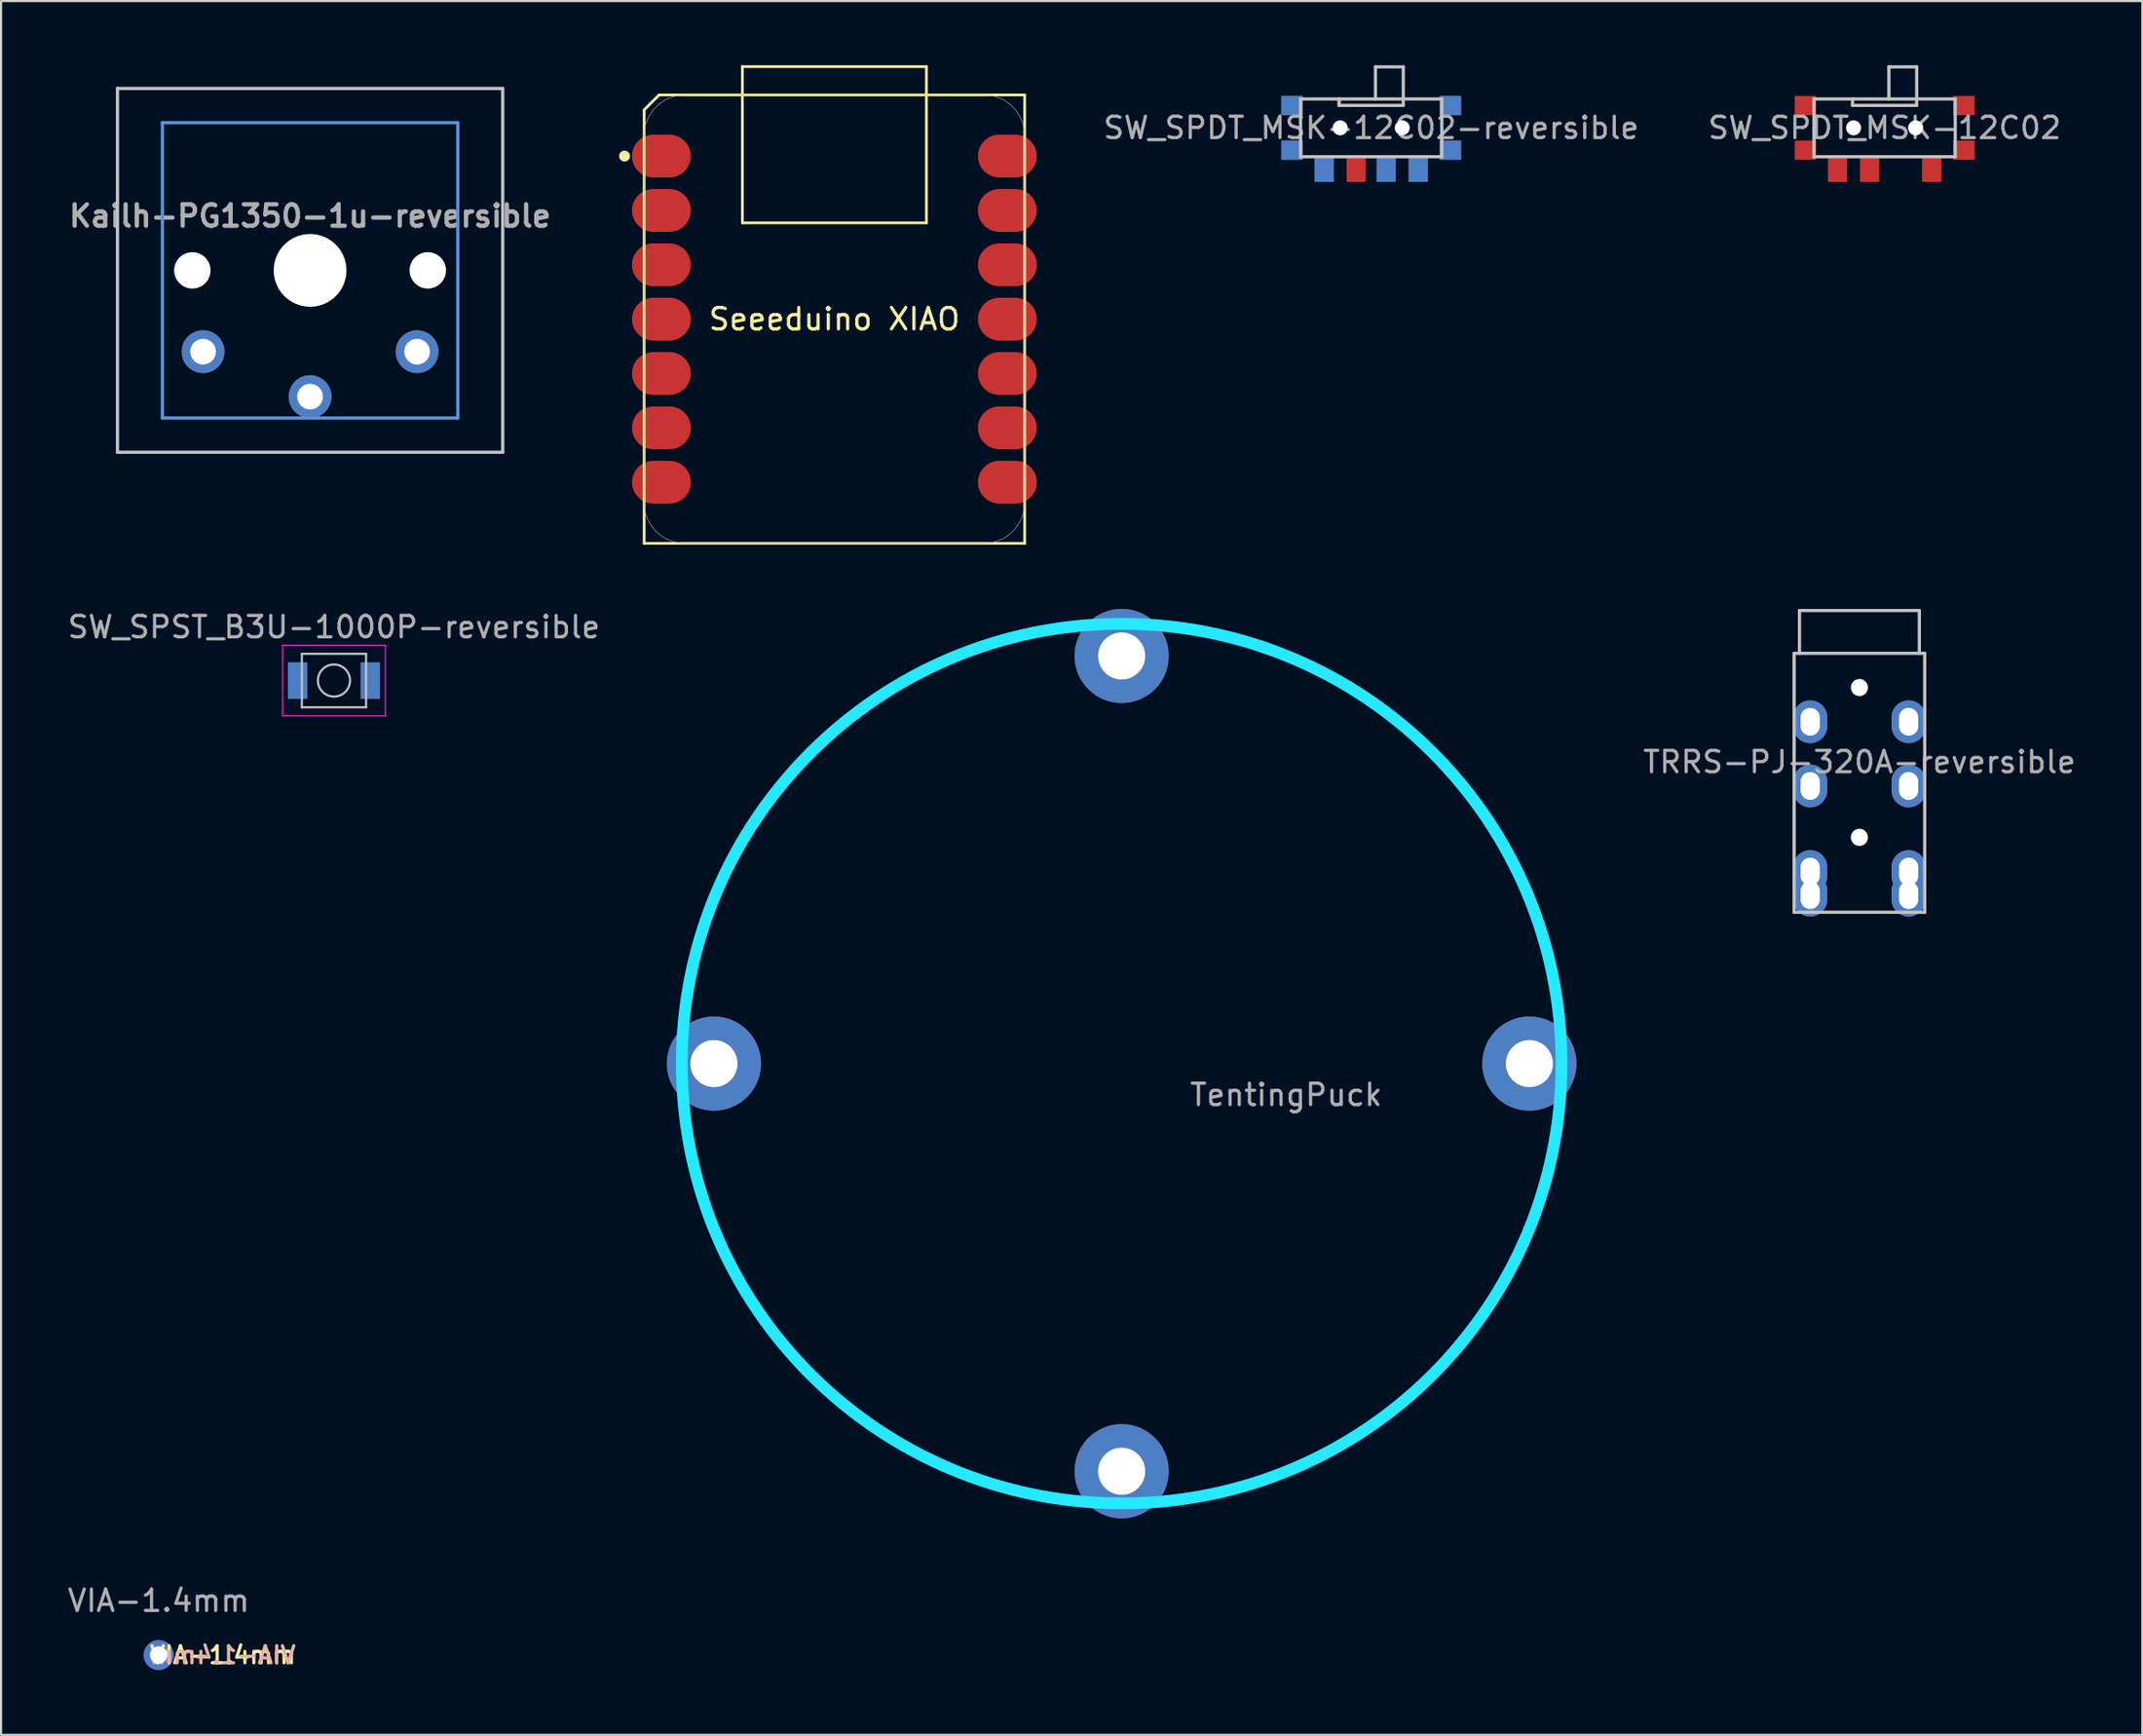
<source format=kicad_pcb>
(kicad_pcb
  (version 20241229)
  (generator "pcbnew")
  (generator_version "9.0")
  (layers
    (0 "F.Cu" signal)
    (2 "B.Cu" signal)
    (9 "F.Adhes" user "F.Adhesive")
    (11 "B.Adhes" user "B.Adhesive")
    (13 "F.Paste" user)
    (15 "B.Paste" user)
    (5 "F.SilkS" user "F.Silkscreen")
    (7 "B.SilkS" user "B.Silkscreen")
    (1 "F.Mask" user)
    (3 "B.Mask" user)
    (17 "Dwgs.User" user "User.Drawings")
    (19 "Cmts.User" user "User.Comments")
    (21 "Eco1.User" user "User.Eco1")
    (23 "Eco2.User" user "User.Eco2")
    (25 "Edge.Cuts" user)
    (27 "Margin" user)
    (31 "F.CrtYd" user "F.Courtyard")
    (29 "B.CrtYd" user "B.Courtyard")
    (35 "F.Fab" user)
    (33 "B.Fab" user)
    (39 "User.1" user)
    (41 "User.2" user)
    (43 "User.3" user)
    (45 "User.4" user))
  (footprint "VIA-1.4mm"
    (layer "F.Cu")
    (at 4.363 74.293)
    (property "Reference" "VIA-1.4mm" (at 0 -2.54 0) (layer "F.Fab") (effects (font (size 1 1) (thickness 0.15))))
    (attr through_hole)
    (fp_text user "${REFERENCE}" (at 3 0 0) (unlocked yes) (layer "F.SilkS") (effects (font (size 0.8 0.8) (thickness 0.15))))
    (fp_text user "${REFERENCE}" (at 3 0 0) (unlocked yes) (layer "B.SilkS") (effects (font (size 0.8 0.8) (thickness 0.15)) (justify mirror)))
    (pad "1" thru_hole circle (at 0 0) (size 1.397 1.397) (drill 0.813) (layers "*.Cu" "*.Mask")))
  (footprint "SW_SPDT_MSK-12C02-reversible"
    (layer "F.Cu")
    (at 61.016 2.925)
    (property "Reference" "SW_SPDT_MSK-12C02-reversible" (at 0 0 0) (layer "F.Fab") (effects (font (size 1 1) (thickness 0.15))))
    (attr smd)
    (fp_line (start -3.3 -1.35) (end -3.3 1.35) (stroke (width 0.15) (type solid)) (layer "Dwgs.User"))
    (fp_line (start -3.3 -1.35) (end 3.3 -1.35) (stroke (width 0.15) (type solid)) (layer "Dwgs.User"))
    (fp_line (start -3.3 1.35) (end 3.3 1.35) (stroke (width 0.15) (type solid)) (layer "Dwgs.User"))
    (fp_line (start -1.5 -1.05) (end -1.5 -1.35) (stroke (width 0.15) (type solid)) (layer "Dwgs.User"))
    (fp_line (start -1.5 -1.05) (end -1.5 -1.35) (stroke (width 0.15) (type solid)) (layer "Dwgs.User"))
    (fp_line (start 0.2 -2.85) (end 1.5 -2.85) (stroke (width 0.15) (type solid)) (layer "Dwgs.User"))
    (fp_line (start 0.2 -1.35) (end 0.2 -2.85) (stroke (width 0.15) (type solid)) (layer "Dwgs.User"))
    (fp_line (start 1.5 -2.85) (end 1.5 -1.35) (stroke (width 0.15) (type solid)) (layer "Dwgs.User"))
    (fp_line (start 1.5 -1.05) (end -1.5 -1.05) (stroke (width 0.15) (type solid)) (layer "Dwgs.User"))
    (fp_line (start 1.5 -1.05) (end 1.5 -1.35) (stroke (width 0.15) (type solid)) (layer "Dwgs.User"))
    (fp_line (start 3.3 -1.35) (end 3.3 1.35) (stroke (width 0.15) (type solid)) (layer "Dwgs.User"))
    (pad "" smd rect (at -3.7 -1.043) (size 1 0.9) (layers "F.Cu" "F.Mask"))
    (pad "" smd rect (at -3.7 -1.043) (size 1 0.9) (layers "B.Cu" "B.Mask"))
    (pad "" smd rect (at -3.7 1.043) (size 1 0.9) (layers "F.Cu" "F.Mask"))
    (pad "" smd rect (at -3.7 1.043) (size 1 0.9) (layers "B.Cu" "B.Mask"))
    (pad "" np_thru_hole circle (at -1.45 0 270) (size 0.7 0.7) (drill 0.7) (layers "*.Cu" "*.Mask"))
    (pad "" np_thru_hole circle (at 1.45 0 270) (size 0.7 0.7) (drill 0.7) (layers "*.Cu" "*.Mask"))
    (pad "" smd rect (at 3.7 -1.043) (size 1 0.9) (layers "F.Cu" "F.Mask"))
    (pad "" smd rect (at 3.7 -1.043) (size 1 0.9) (layers "B.Cu" "B.Mask"))
    (pad "" smd rect (at 3.7 1.043) (size 1 0.9) (layers "F.Cu" "F.Mask"))
    (pad "" smd rect (at 3.7 1.043) (size 1 0.9) (layers "B.Cu" "B.Mask"))
    (pad "1" smd rect (at -2.2 1.9 270) (size 1.25 0.9) (layers "B.Cu" "B.Mask"))
    (pad "1" smd rect (at 2.2 1.9 90) (size 1.25 0.9) (layers "F.Cu" "F.Mask"))
    (pad "2" smd rect (at -0.7 1.9 90) (size 1.25 0.9) (layers "F.Cu" "F.Mask"))
    (pad "2" smd rect (at 0.7 1.9 270) (size 1.25 0.9) (layers "B.Cu" "B.Mask"))
    (pad "3" smd rect (at -2.2 1.9 90) (size 1.25 0.9) (layers "F.Cu" "F.Mask"))
    (pad "3" smd rect (at 2.2 1.9 270) (size 1.25 0.9) (layers "B.Cu" "B.Mask")))
  (footprint "Kailh-PG1350-1u-reversible"
    (layer "F.Cu")
    (at 11.438 9.585)
    (property "Reference" "Kailh-PG1350-1u-reversible" (at 0 -2.54 180) (layer "F.Fab") (effects (font (size 1 1) (thickness 0.2))))
    (attr through_hole)
    (fp_line (start -9 -8.5) (end 9 -8.5) (stroke (width 0.152) (type solid)) (layer "Dwgs.User"))
    (fp_line (start -9 8.5) (end -9 -8.5) (stroke (width 0.152) (type solid)) (layer "Dwgs.User"))
    (fp_line (start 9 -8.5) (end 9 8.5) (stroke (width 0.152) (type solid)) (layer "Dwgs.User"))
    (fp_line (start 9 8.5) (end -9 8.5) (stroke (width 0.152) (type solid)) (layer "Dwgs.User"))
    (fp_line (start -6.9 -6.9) (end 6.9 -6.9) (stroke (width 0.152) (type solid)) (layer "Cmts.User"))
    (fp_line (start -6.9 6.9) (end -6.9 -6.9) (stroke (width 0.152) (type solid)) (layer "Cmts.User"))
    (fp_line (start 6.9 -6.9) (end 6.9 6.9) (stroke (width 0.152) (type solid)) (layer "Cmts.User"))
    (fp_line (start 6.9 6.9) (end -6.9 6.9) (stroke (width 0.152) (type solid)) (layer "Cmts.User"))
    (fp_line (start -9.525 -9.525) (end -9.525 9.525) (stroke (width 0.12) (type solid)) (layer "Eco1.User"))
    (fp_line (start -9.525 -9.525) (end 9.525 -9.525) (stroke (width 0.12) (type solid)) (layer "Eco1.User"))
    (fp_line (start -9.525 9.525) (end 9.525 9.525) (stroke (width 0.12) (type solid)) (layer "Eco1.User"))
    (fp_line (start 9.525 -9.525) (end 9.525 9.525) (stroke (width 0.12) (type solid)) (layer "Eco1.User"))
    (fp_line (start -7.5 -7.5) (end 7.5 -7.5) (stroke (width 0.152) (type solid)) (layer "Eco2.User"))
    (fp_line (start -7.5 7.5) (end -7.5 -7.5) (stroke (width 0.152) (type solid)) (layer "Eco2.User"))
    (fp_line (start 7.5 -7.5) (end 7.5 7.5) (stroke (width 0.152) (type solid)) (layer "Eco2.User"))
    (fp_line (start 7.5 7.5) (end -7.5 7.5) (stroke (width 0.152) (type solid)) (layer "Eco2.User"))
    (pad "" np_thru_hole circle (at -5.5 0 180) (size 1.7 1.7) (drill 1.7) (layers "*.Cu" "*.Mask"))
    (pad "" np_thru_hole circle (at 0 0 180) (size 3.4 3.4) (drill 3.4) (layers "*.Cu" "*.Mask"))
    (pad "" np_thru_hole circle (at 5.5 0 180) (size 1.7 1.7) (drill 1.7) (layers "*.Cu" "*.Mask"))
    (pad "1" thru_hole circle (at 0 5.9 180) (size 2 2) (drill 1.2) (layers "*.Cu" "*.Mask"))
    (pad "2" thru_hole circle (at -5 3.8 41.9) (size 2 2) (drill 1.2) (layers "*.Cu" "*.Mask"))
    (pad "2" thru_hole circle (at 5 3.8 41.9) (size 2 2) (drill 1.2) (layers "*.Cu" "*.Mask")))
  (footprint "TRRS-PJ-320A-reversible"
    (layer "F.Cu")
    (at 83.827 27.48)
    (property "Reference" "TRRS-PJ-320A-reversible" (at 0 5.08 0) (layer "F.Fab") (effects (font (size 1 1) (thickness 0.15))))
    (attr through_hole)
    (fp_line (start -3.05 0) (end -3.05 12.1) (stroke (width 0.15) (type solid)) (layer "Dwgs.User"))
    (fp_line (start -2.8 0) (end -2.8 -2) (stroke (width 0.15) (type solid)) (layer "Dwgs.User"))
    (fp_line (start 2.8 -2) (end -2.8 -2) (stroke (width 0.15) (type solid)) (layer "Dwgs.User"))
    (fp_line (start 2.8 0) (end 2.8 -2) (stroke (width 0.15) (type solid)) (layer "Dwgs.User"))
    (fp_line (start 3.05 0) (end -3.05 0) (stroke (width 0.15) (type solid)) (layer "Dwgs.User"))
    (fp_line (start 3.05 0) (end 3.05 12.1) (stroke (width 0.15) (type solid)) (layer "Dwgs.User"))
    (fp_line (start 3.05 12.1) (end -3.05 12.1) (stroke (width 0.15) (type solid)) (layer "Dwgs.User"))
    (pad "" np_thru_hole circle (at 0 1.6) (size 0.8 0.8) (drill 0.8) (layers "*.Cu" "*.Mask"))
    (pad "" np_thru_hole circle (at 0 8.6) (size 0.8 0.8) (drill 0.8) (layers "*.Cu" "*.Mask"))
    (pad "R1" thru_hole oval (at -2.3 6.2) (size 1.6 2) (drill oval 0.9 1.3) (layers "*.Cu" "*.Mask"))
    (pad "R1" thru_hole oval (at 2.3 6.2) (size 1.6 2) (drill oval 0.9 1.3) (layers "*.Cu" "*.Mask"))
    (pad "R2" thru_hole oval (at -2.3 3.2) (size 1.6 2) (drill oval 0.9 1.3) (layers "*.Cu" "*.Mask"))
    (pad "R2" thru_hole oval (at 2.3 3.2) (size 1.6 2) (drill oval 0.9 1.3) (layers "*.Cu" "*.Mask"))
    (pad "S" thru_hole oval (at -2.3 11.3) (size 1.6 2) (drill oval 0.9 1.3) (layers "*.Cu" "*.Mask"))
    (pad "S" thru_hole oval (at 2.3 11.3) (size 1.6 2) (drill oval 0.9 1.3) (layers "*.Cu" "*.Mask"))
    (pad "T" thru_hole oval (at -2.3 10.2) (size 1.6 2) (drill oval 0.9 1.3) (layers "*.Cu" "*.Mask"))
    (pad "T" thru_hole oval (at 2.3 10.2) (size 1.6 2) (drill oval 0.9 1.3) (layers "*.Cu" "*.Mask")))
  (footprint "SW_SPDT_MSK-12C02"
    (layer "F.Cu")
    (at 85.004 2.925)
    (property "Reference" "SW_SPDT_MSK-12C02" (at 0 0 0) (layer "F.Fab") (effects (font (size 1 1) (thickness 0.15))))
    (attr smd)
    (fp_line (start -3.3 -1.35) (end -3.3 1.35) (stroke (width 0.15) (type solid)) (layer "Dwgs.User"))
    (fp_line (start -1.5 -1.05) (end -1.5 -1.35) (stroke (width 0.15) (type solid)) (layer "Dwgs.User"))
    (fp_line (start -1.5 -1.05) (end 1.5 -1.05) (stroke (width 0.15) (type solid)) (layer "Dwgs.User"))
    (fp_line (start 0.2 -2.85) (end 1.5 -2.85) (stroke (width 0.15) (type solid)) (layer "Dwgs.User"))
    (fp_line (start 0.2 -1.35) (end 0.2 -2.85) (stroke (width 0.15) (type solid)) (layer "Dwgs.User"))
    (fp_line (start 1.5 -2.85) (end 1.5 -1.35) (stroke (width 0.15) (type solid)) (layer "Dwgs.User"))
    (fp_line (start 1.5 -1.05) (end 1.5 -1.35) (stroke (width 0.15) (type solid)) (layer "Dwgs.User"))
    (fp_line (start 3.3 -1.35) (end -3.3 -1.35) (stroke (width 0.15) (type solid)) (layer "Dwgs.User"))
    (fp_line (start 3.3 -1.35) (end 3.3 1.35) (stroke (width 0.15) (type solid)) (layer "Dwgs.User"))
    (fp_line (start 3.3 1.35) (end -3.3 1.35) (stroke (width 0.15) (type solid)) (layer "Dwgs.User"))
    (pad "" smd rect (at -3.7 -1.043) (size 1 0.9) (layers "F.Cu" "F.Mask"))
    (pad "" smd rect (at -3.7 1.043) (size 1 0.9) (layers "F.Cu" "F.Mask"))
    (pad "" np_thru_hole circle (at -1.45 0 90) (size 0.7 0.7) (drill 0.7) (layers "*.Cu" "*.Mask"))
    (pad "" np_thru_hole circle (at 1.45 0 90) (size 0.7 0.7) (drill 0.7) (layers "*.Cu" "*.Mask"))
    (pad "" smd rect (at 3.7 -1.043) (size 1 0.9) (layers "F.Cu" "F.Mask"))
    (pad "" smd rect (at 3.7 1.043) (size 1 0.9) (layers "F.Cu" "F.Mask"))
    (pad "1" smd rect (at 2.2 1.9 90) (size 1.25 0.9) (layers "F.Cu" "F.Mask"))
    (pad "2" smd rect (at -0.7 1.9 90) (size 1.25 0.9) (layers "F.Cu" "F.Mask"))
    (pad "3" smd rect (at -2.2 1.9 90) (size 1.25 0.9) (layers "F.Cu" "F.Mask")))
  (footprint "Seeeduino XIAO"
    (layer "F.Cu")
    (at 35.935 11.864)
    (property "Reference" "Seeeduino XIAO" (at 0 0 0) (layer "F.SilkS") (effects (font (size 1 1) (thickness 0.15))))
    (attr smd)
    (fp_line (start -8.89 -9.777) (end -8.89 10.477) (stroke (width 0.127) (type solid)) (layer "F.SilkS"))
    (fp_line (start -8.89 10.477) (end 8.89 10.477) (stroke (width 0.127) (type solid)) (layer "F.SilkS"))
    (fp_line (start -8.19 -10.477) (end -8.89 -9.777) (stroke (width 0.127) (type solid)) (layer "F.SilkS"))
    (fp_line (start -4.3 -11.8) (end 4.3 -11.8) (stroke (width 0.127) (type solid)) (layer "F.SilkS"))
    (fp_line (start -4.3 -4.5) (end -4.3 -11.8) (stroke (width 0.127) (type solid)) (layer "F.SilkS"))
    (fp_line (start 4.3 -11.8) (end 4.3 -4.5) (stroke (width 0.127) (type solid)) (layer "F.SilkS"))
    (fp_line (start 4.3 -4.5) (end -4.3 -4.5) (stroke (width 0.127) (type solid)) (layer "F.SilkS"))
    (fp_line (start 8.89 -10.477) (end -8.19 -10.477) (stroke (width 0.127) (type solid)) (layer "F.SilkS"))
    (fp_line (start 8.89 10.477) (end 8.89 -10.477) (stroke (width 0.127) (type solid)) (layer "F.SilkS"))
    (fp_circle (center -9.804 -7.62) (end -9.55 -7.62) (stroke (width 0) (type solid)) (fill yes) (layer "F.SilkS"))
    (fp_line (start -8.89 8.571) (end -8.89 -8.571) (stroke (width 0.025) (type solid)) (layer "F.Fab"))
    (fp_line (start -6.984 -10.477) (end 6.984 -10.477) (stroke (width 0.025) (type solid)) (layer "F.Fab"))
    (fp_line (start -6.984 10.477) (end 6.984 10.477) (stroke (width 0.025) (type solid)) (layer "F.Fab"))
    (fp_line (start 8.89 8.571) (end 8.89 -8.571) (stroke (width 0.025) (type solid)) (layer "F.Fab"))
    (fp_arc (start -8.89 -8.5712) (mid -8.331658 -9.919158) (end -6.9837 -10.4775) (stroke (width 0.0254) (type solid)) (layer "F.Fab"))
    (fp_arc (start -6.9837 10.4775) (mid -8.331658 9.919158) (end -8.89 8.5712) (stroke (width 0.0254) (type solid)) (layer "F.Fab"))
    (fp_arc (start 6.9837 -10.4775) (mid 8.331658 -9.919158) (end 8.89 -8.5712) (stroke (width 0.0254) (type solid)) (layer "F.Fab"))
    (fp_arc (start 8.89 8.5712) (mid 8.331658 9.919158) (end 6.9837 10.4775) (stroke (width 0.0254) (type solid)) (layer "F.Fab"))
    (pad "1" smd oval (at -8.082 -7.62) (size 2.748 1.999) (layers "F.Cu" "F.Mask" "F.Paste"))
    (pad "2" smd oval (at -8.082 -5.08) (size 2.748 1.999) (layers "F.Cu" "F.Mask" "F.Paste"))
    (pad "3" smd oval (at -8.082 -2.54) (size 2.748 1.999) (layers "F.Cu" "F.Mask" "F.Paste"))
    (pad "4" smd oval (at -8.082 0) (size 2.748 1.999) (layers "F.Cu" "F.Mask" "F.Paste"))
    (pad "5" smd oval (at -8.082 2.54) (size 2.748 1.999) (layers "F.Cu" "F.Mask" "F.Paste"))
    (pad "6" smd oval (at -8.082 5.08) (size 2.748 1.999) (layers "F.Cu" "F.Mask" "F.Paste"))
    (pad "7" smd oval (at -8.082 7.62) (size 2.748 1.999) (layers "F.Cu" "F.Mask" "F.Paste"))
    (pad "8" smd oval (at 8.082 7.62) (size 2.748 1.999) (layers "F.Cu" "F.Mask" "F.Paste"))
    (pad "9" smd oval (at 8.082 5.08) (size 2.748 1.999) (layers "F.Cu" "F.Mask" "F.Paste"))
    (pad "10" smd oval (at 8.082 2.54) (size 2.748 1.999) (layers "F.Cu" "F.Mask" "F.Paste"))
    (pad "11" smd oval (at 8.082 0) (size 2.748 1.999) (layers "F.Cu" "F.Mask" "F.Paste"))
    (pad "12" smd oval (at 8.082 -2.54) (size 2.748 1.999) (layers "F.Cu" "F.Mask" "F.Paste"))
    (pad "13" smd oval (at 8.082 -5.08) (size 2.748 1.999) (layers "F.Cu" "F.Mask" "F.Paste"))
    (pad "14" smd oval (at 8.082 -7.62) (size 2.748 1.999) (layers "F.Cu" "F.Mask" "F.Paste")))
  (footprint "TentingPuck"
    (layer "F.Cu")
    (at 49.357 46.654)
    (property "Reference" "TentingPuck" (at 7.684 1.46 0) (layer "F.Fab") (effects (font (size 1 1) (thickness 0.15))))
    (attr through_hole board_only exclude_from_pos_files exclude_from_bom)
    (fp_circle (center 0 0) (end 20.55 0) (stroke (width 0.55) (type solid)) (fill no) (layer "B.CrtYd"))
    (pad "1" thru_hole circle (at -19.05 0) (size 4.4 4.4) (drill 2.2) (layers "*.Cu" "*.Mask"))
    (pad "1" thru_hole circle (at 0 -19.05) (size 4.4 4.4) (drill 2.2) (layers "*.Cu" "*.Mask"))
    (pad "1" thru_hole circle (at 0 19.05) (size 4.4 4.4) (drill 2.2) (layers "*.Cu" "*.Mask"))
    (pad "1" thru_hole circle (at 19.05 0) (size 4.4 4.4) (drill 2.2) (layers "*.Cu" "*.Mask")))
  (footprint "SW_SPST_B3U-1000P-reversible"
    (layer "F.Cu")
    (at 12.554 28.753)
    (property "Reference" "SW_SPST_B3U-1000P-reversible" (at 0 -2.5 0) (layer "F.Fab") (effects (font (size 1 1) (thickness 0.15))))
    (attr smd)
    (fp_line (start -1.5 -1.25) (end 1.5 -1.25) (stroke (width 0.1) (type solid)) (layer "Dwgs.User"))
    (fp_line (start -1.5 1.25) (end -1.5 -1.25) (stroke (width 0.1) (type solid)) (layer "Dwgs.User"))
    (fp_line (start 1.5 -1.25) (end 1.5 1.25) (stroke (width 0.1) (type solid)) (layer "Dwgs.User"))
    (fp_line (start 1.5 1.25) (end -1.5 1.25) (stroke (width 0.1) (type solid)) (layer "Dwgs.User"))
    (fp_circle (center 0 0) (end 0.75 0) (stroke (width 0.1) (type solid)) (fill no) (layer "Dwgs.User"))
    (fp_line (start -2.4 -1.65) (end -2.4 1.65) (stroke (width 0.05) (type solid)) (layer "F.CrtYd"))
    (fp_line (start -2.4 1.65) (end 2.4 1.65) (stroke (width 0.05) (type solid)) (layer "F.CrtYd"))
    (fp_line (start 2.4 -1.65) (end -2.4 -1.65) (stroke (width 0.05) (type solid)) (layer "F.CrtYd"))
    (fp_line (start 2.4 1.65) (end 2.4 -1.65) (stroke (width 0.05) (type solid)) (layer "F.CrtYd"))
    (pad "1" smd rect (at -1.7 0) (size 0.9 1.7) (layers "F.Cu" "F.Mask"))
    (pad "1" smd rect (at -1.7 0) (size 0.9 1.7) (layers "B.Cu" "B.Mask"))
    (pad "2" smd rect (at 1.7 0) (size 0.9 1.7) (layers "F.Cu" "F.Mask"))
    (pad "2" smd rect (at 1.7 0) (size 0.9 1.7) (layers "B.Cu" "B.Mask")))
  (gr_rect
    (start -3 -3)
    (end 97.048 78.024)
    (stroke (width 0.1) (type default))
    (fill no)
    (layer "Edge.Cuts")))
</source>
